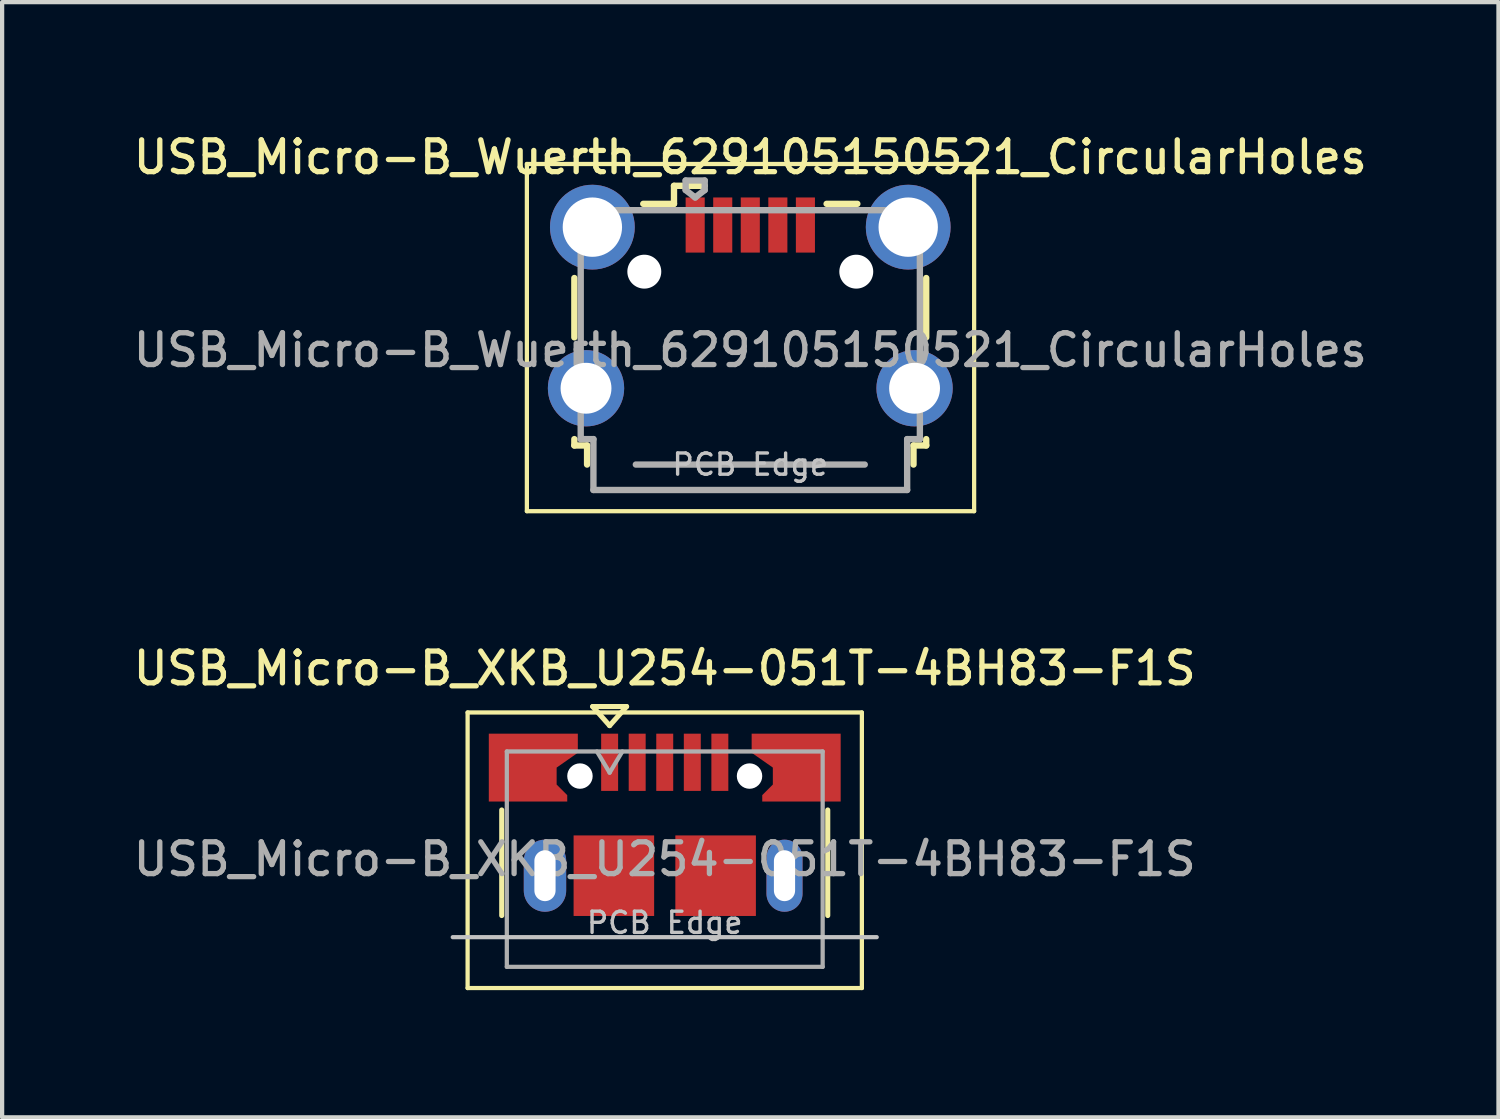
<source format=kicad_pcb>
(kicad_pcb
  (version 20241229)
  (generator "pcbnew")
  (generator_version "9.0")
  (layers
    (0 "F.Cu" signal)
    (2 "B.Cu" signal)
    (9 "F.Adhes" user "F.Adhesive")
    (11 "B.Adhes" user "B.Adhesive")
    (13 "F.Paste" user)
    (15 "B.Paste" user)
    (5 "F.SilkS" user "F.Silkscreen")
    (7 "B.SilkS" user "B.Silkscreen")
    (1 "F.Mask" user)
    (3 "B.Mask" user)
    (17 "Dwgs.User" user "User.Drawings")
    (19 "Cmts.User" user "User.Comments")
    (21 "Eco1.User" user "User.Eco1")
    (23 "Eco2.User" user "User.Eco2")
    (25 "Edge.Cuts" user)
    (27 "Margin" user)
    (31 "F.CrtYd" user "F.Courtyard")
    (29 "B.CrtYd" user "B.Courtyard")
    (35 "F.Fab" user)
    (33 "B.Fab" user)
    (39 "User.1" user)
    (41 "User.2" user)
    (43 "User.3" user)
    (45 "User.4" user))
  (footprint "USB_Micro-B_XKB_U254-051T-4BH83-F1S"
    (layer "F.Cu")
    (at 12.63 17.216)
    (property "Reference" "USB_Micro-B_XKB_U254-051T-4BH83-F1S" (at 0 -4.5 0) (layer "F.SilkS") (effects (font (size 0.75 0.75) (thickness 0.125))))
    (attr smd)
    (fp_line (start -4.65 -3.46) (end 4.65 -3.46) (stroke (width 0.1) (type solid)) (layer "F.SilkS"))
    (fp_line (start -4.65 3.04) (end -4.65 -3.46) (stroke (width 0.1) (type solid)) (layer "F.SilkS"))
    (fp_line (start -4.65 3.04) (end 4.65 3.04) (stroke (width 0.1) (type solid)) (layer "F.SilkS"))
    (fp_line (start -3.845 -1.16) (end -3.845 1.33) (stroke (width 0.12) (type solid)) (layer "F.SilkS"))
    (fp_line (start -1.7 -3.6) (end -0.9 -3.6) (stroke (width 0.12) (type solid)) (layer "F.SilkS"))
    (fp_line (start -1.3 -3.15) (end -1.7 -3.6) (stroke (width 0.12) (type solid)) (layer "F.SilkS"))
    (fp_line (start -0.9 -3.6) (end -1.3 -3.15) (stroke (width 0.12) (type solid)) (layer "F.SilkS"))
    (fp_line (start 3.845 -1.16) (end 3.845 1.33) (stroke (width 0.12) (type solid)) (layer "F.SilkS"))
    (fp_line (start 4.65 3.04) (end 4.65 -3.46) (stroke (width 0.1) (type solid)) (layer "F.SilkS"))
    (fp_line (start -5 1.84) (end 5 1.84) (stroke (width 0.1) (type solid)) (layer "Dwgs.User"))
    (fp_line (start -3.725 -2.54) (end 3.725 -2.54) (stroke (width 0.1) (type solid)) (layer "F.Fab"))
    (fp_line (start -3.725 2.54) (end -3.725 -2.54) (stroke (width 0.1) (type solid)) (layer "F.Fab"))
    (fp_line (start -3.725 2.54) (end 3.725 2.54) (stroke (width 0.1) (type solid)) (layer "F.Fab"))
    (fp_line (start -1.6 -2.54) (end -1.3 -2.04) (stroke (width 0.1) (type solid)) (layer "F.Fab"))
    (fp_line (start -1.3 -2.04) (end -1 -2.54) (stroke (width 0.1) (type solid)) (layer "F.Fab"))
    (fp_line (start 3.725 2.54) (end 3.725 -2.54) (stroke (width 0.1) (type solid)) (layer "F.Fab"))
    (fp_text user "PCB Edge" (at 0 1.5 0) (layer "Dwgs.User") (effects (font (size 0.5 0.5) (thickness 0.08))))
    (fp_text user "${REFERENCE}" (at 0 0 0) (unlocked yes) (layer "F.Fab") (effects (font (size 0.75 0.75) (thickness 0.125))))
    (pad "" np_thru_hole circle (at -2 -1.96) (size 0.6 0.6) (drill 0.6) (layers "*.Cu" "*.Mask"))
    (pad "" np_thru_hole circle (at 2 -1.96) (size 0.6 0.6) (drill 0.6) (layers "*.Cu" "*.Mask"))
    (pad "1" smd rect (at -1.3 -2.285) (size 0.4 1.35) (layers "F.Cu" "F.Mask" "F.Paste"))
    (pad "2" smd rect (at -0.65 -2.285) (size 0.4 1.35) (layers "F.Cu" "F.Mask" "F.Paste"))
    (pad "3" smd rect (at 0 -2.285) (size 0.4 1.35) (layers "F.Cu" "F.Mask" "F.Paste"))
    (pad "4" smd rect (at 0.65 -2.285) (size 0.4 1.35) (layers "F.Cu" "F.Mask" "F.Paste"))
    (pad "5" smd rect (at 1.3 -2.285) (size 0.4 1.35) (layers "F.Cu" "F.Mask" "F.Paste"))
    (pad "6" smd custom (at -3.1 -2.16) (size 1 1.1) (layers "F.Cu" "F.Mask" "F.Paste") (options (anchor rect)) (primitives (gr_poly (pts (xy 0.8 0.8) (xy -1.05 0.8) (xy -1.05 -0.8) (xy 1.05 -0.8) (xy 1.05 -0.35) (xy 0.55 0) (xy 0.55 0.4) (xy 0.8 0.65)) (width 0) (fill yes))))
    (pad "6" thru_hole oval (at -2.825 0.39) (size 1 1.7) (drill oval 0.5 1.2) (layers "*.Cu" "*.Mask"))
    (pad "6" smd rect (at -1.2 0.39) (size 1.9 1.9) (layers "F.Cu" "F.Mask" "F.Paste"))
    (pad "6" smd rect (at 1.2 0.39) (size 1.9 1.9) (layers "F.Cu" "F.Mask" "F.Paste"))
    (pad "6" thru_hole oval (at 2.825 0.39) (size 0.85 1.7) (drill oval 0.5 1.2) (layers "*.Cu" "*.Mask"))
    (pad "6" smd custom (at 3.1 -2.16) (size 1 1.1) (layers "F.Cu" "F.Mask" "F.Paste") (options (anchor rect)) (primitives (gr_poly (pts (xy -0.8 0.8) (xy 1.05 0.8) (xy 1.05 -0.8) (xy -1.05 -0.8) (xy -1.05 -0.35) (xy -0.55 0) (xy -0.55 0.4) (xy -0.8 0.65)) (width 0) (fill yes)))))
  (footprint "USB_Micro-B_Wuerth_629105150521_CircularHoles"
    (layer "F.Cu")
    (at 14.648 4.158)
    (property "Reference" "USB_Micro-B_Wuerth_629105150521_CircularHoles" (at 0 -3.5 0) (layer "F.SilkS") (effects (font (size 0.75 0.75) (thickness 0.125))))
    (attr smd)
    (fp_line (start -5.27 -3.34) (end -5.27 4.85) (stroke (width 0.1) (type solid)) (layer "F.SilkS"))
    (fp_line (start -5.27 4.85) (end 5.28 4.85) (stroke (width 0.1) (type solid)) (layer "F.SilkS"))
    (fp_line (start -4.15 -0.65) (end -4.15 0.75) (stroke (width 0.15) (type solid)) (layer "F.SilkS"))
    (fp_line (start -4.15 3.15) (end -4.15 3.3) (stroke (width 0.15) (type solid)) (layer "F.SilkS"))
    (fp_line (start -4.15 3.3) (end -3.85 3.3) (stroke (width 0.15) (type solid)) (layer "F.SilkS"))
    (fp_line (start -3.85 3.3) (end -3.85 3.75) (stroke (width 0.15) (type solid)) (layer "F.SilkS"))
    (fp_line (start -1.8 -2.825) (end -1.8 -2.4) (stroke (width 0.15) (type solid)) (layer "F.SilkS"))
    (fp_line (start -1.8 -2.4) (end -2.525 -2.4) (stroke (width 0.15) (type solid)) (layer "F.SilkS"))
    (fp_line (start -1.075 -2.825) (end -1.8 -2.825) (stroke (width 0.15) (type solid)) (layer "F.SilkS"))
    (fp_line (start 1.8 -2.4) (end 2.525 -2.4) (stroke (width 0.15) (type solid)) (layer "F.SilkS"))
    (fp_line (start 3.85 3.3) (end 4.15 3.3) (stroke (width 0.15) (type solid)) (layer "F.SilkS"))
    (fp_line (start 3.85 3.75) (end 3.85 3.3) (stroke (width 0.15) (type solid)) (layer "F.SilkS"))
    (fp_line (start 4.15 0.75) (end 4.15 -0.65) (stroke (width 0.15) (type solid)) (layer "F.SilkS"))
    (fp_line (start 4.15 3.3) (end 4.15 3.15) (stroke (width 0.15) (type solid)) (layer "F.SilkS"))
    (fp_line (start 5.28 -3.34) (end -5.27 -3.34) (stroke (width 0.1) (type solid)) (layer "F.SilkS"))
    (fp_line (start 5.28 4.85) (end 5.28 -3.34) (stroke (width 0.1) (type solid)) (layer "F.SilkS"))
    (fp_line (start -4 -2.25) (end -4 3.15) (stroke (width 0.15) (type solid)) (layer "F.Fab"))
    (fp_line (start -4 3.15) (end -3.7 3.15) (stroke (width 0.15) (type solid)) (layer "F.Fab"))
    (fp_line (start -3.7 3.15) (end -3.7 4.35) (stroke (width 0.15) (type solid)) (layer "F.Fab"))
    (fp_line (start -3.7 4.35) (end 3.7 4.35) (stroke (width 0.15) (type solid)) (layer "F.Fab"))
    (fp_line (start -2.7 3.75) (end 2.7 3.75) (stroke (width 0.15) (type solid)) (layer "F.Fab"))
    (fp_line (start -1.525 -2.95) (end -1.075 -2.95) (stroke (width 0.15) (type solid)) (layer "F.Fab"))
    (fp_line (start -1.525 -2.725) (end -1.525 -2.95) (stroke (width 0.15) (type solid)) (layer "F.Fab"))
    (fp_line (start -1.3 -2.55) (end -1.525 -2.725) (stroke (width 0.15) (type solid)) (layer "F.Fab"))
    (fp_line (start -1.075 -2.95) (end -1.075 -2.725) (stroke (width 0.15) (type solid)) (layer "F.Fab"))
    (fp_line (start -1.075 -2.725) (end -1.3 -2.55) (stroke (width 0.15) (type solid)) (layer "F.Fab"))
    (fp_line (start 3.7 3.15) (end 4 3.15) (stroke (width 0.15) (type solid)) (layer "F.Fab"))
    (fp_line (start 3.7 4.35) (end 3.7 3.15) (stroke (width 0.15) (type solid)) (layer "F.Fab"))
    (fp_line (start 4 -2.25) (end -4 -2.25) (stroke (width 0.15) (type solid)) (layer "F.Fab"))
    (fp_line (start 4 3.15) (end 4 -2.25) (stroke (width 0.15) (type solid)) (layer "F.Fab"))
    (fp_text user "PCB Edge" (at 0 3.75 0) (layer "Dwgs.User") (effects (font (size 0.5 0.5) (thickness 0.08))))
    (fp_text user "${REFERENCE}" (at 0 1.05 0) (layer "F.Fab") (effects (font (size 0.75 0.75) (thickness 0.125))))
    (pad "" np_thru_hole circle (at -2.5 -0.8) (size 0.8 0.8) (drill 0.8) (layers "*.Cu" "*.Mask"))
    (pad "" np_thru_hole circle (at 2.5 -0.8) (size 0.8 0.8) (drill 0.8) (layers "*.Cu" "*.Mask"))
    (pad "1" smd rect (at -1.3 -1.9) (size 0.45 1.3) (layers "F.Cu" "F.Mask" "F.Paste"))
    (pad "2" smd rect (at -0.65 -1.9) (size 0.45 1.3) (layers "F.Cu" "F.Mask" "F.Paste"))
    (pad "3" smd rect (at 0 -1.9) (size 0.45 1.3) (layers "F.Cu" "F.Mask" "F.Paste"))
    (pad "4" smd rect (at 0.65 -1.9) (size 0.45 1.3) (layers "F.Cu" "F.Mask" "F.Paste"))
    (pad "5" smd rect (at 1.3 -1.9) (size 0.45 1.3) (layers "F.Cu" "F.Mask" "F.Paste"))
    (pad "6" thru_hole circle (at -3.875 1.95) (size 1.8 1.8) (drill 1.2) (layers "*.Cu" "*.Mask"))
    (pad "6" thru_hole circle (at -3.725 -1.85) (size 2 2) (drill 1.4) (layers "*.Cu" "*.Mask"))
    (pad "6" thru_hole circle (at 3.725 -1.85) (size 2 2) (drill 1.4) (layers "*.Cu" "*.Mask"))
    (pad "6" thru_hole circle (at 3.875 1.95) (size 1.8 1.8) (drill 1.2) (layers "*.Cu" "*.Mask")))
  (gr_rect
    (start -3 -3)
    (end 32.296 23.306)
    (stroke (width 0.1) (type default))
    (fill no)
    (layer "Edge.Cuts")))
</source>
